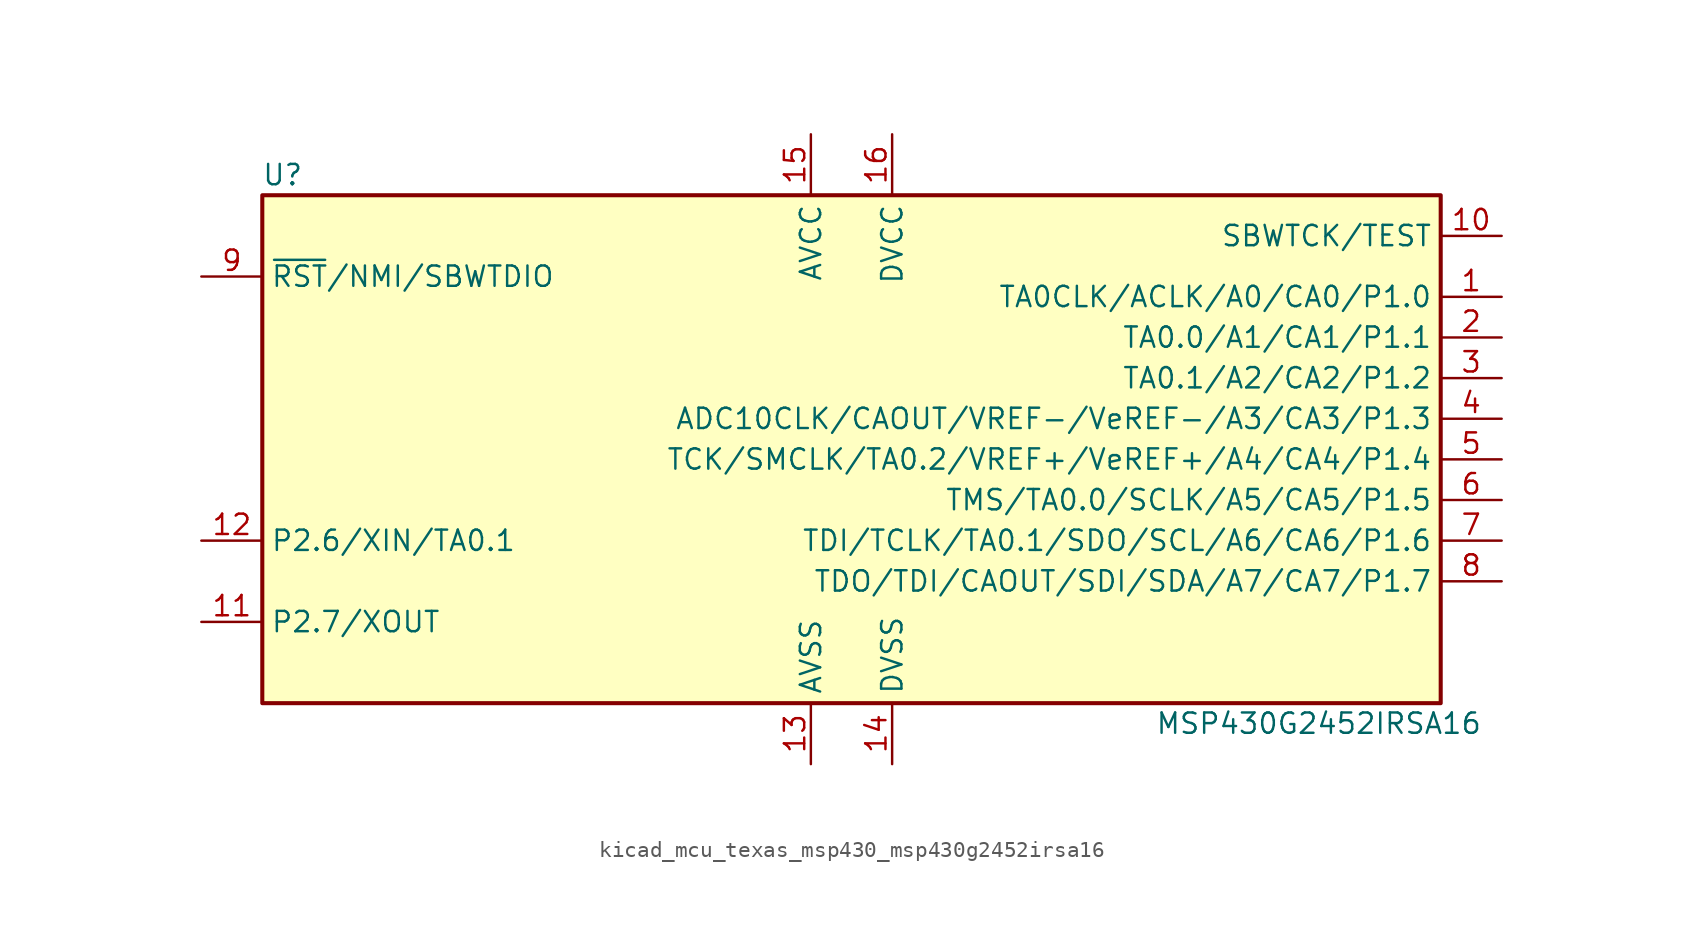
<source format=kicad_sym>
(kicad_symbol_lib
  (version 20220914)
  (generator kicad_symbol_editor)
  (symbol "kicad_mcu_texas_msp430_msp430g2452irsa16"
    (property "Reference" "U"
      (at -35.56 17.78 0)
      (effects (font (size 1.27 1.27))))
    (property "Value" "MSP430G2452IRSA16"
      (at 29.21 -16.51 0)
      (effects (font (size 1.27 1.27))))
    (symbol "kicad_mcu_texas_msp430_msp430g2452irsa16_0_1"
      (rectangle (start -36.83 16.51) (end 36.83 -15.24) (stroke (width 0.254) (type default)) (fill (type background))))
    (symbol "kicad_mcu_texas_msp430_msp430g2452irsa16_1_1"
      (pin bidirectional line (at 40.64 10.16 180) (length 3.81) (name "TA0CLK/ACLK/A0/CA0/P1.0" (effects (font (size 1.27 1.27)))) (number "1" (effects (font (size 1.27 1.27)))))
      (pin input line (at 40.64 13.97 180) (length 3.81) (name "SBWTCK/TEST" (effects (font (size 1.27 1.27)))) (number "10" (effects (font (size 1.27 1.27)))))
      (pin bidirectional line (at -40.64 -10.16 0) (length 3.81) (name "P2.7/XOUT" (effects (font (size 1.27 1.27)))) (number "11" (effects (font (size 1.27 1.27)))))
      (pin bidirectional line (at -40.64 -5.08 0) (length 3.81) (name "P2.6/XIN/TA0.1" (effects (font (size 1.27 1.27)))) (number "12" (effects (font (size 1.27 1.27)))))
      (pin power_in line (at -2.54 -19.05 90) (length 3.81) (name "AVSS" (effects (font (size 1.27 1.27)))) (number "13" (effects (font (size 1.27 1.27)))))
      (pin power_in line (at 2.54 -19.05 90) (length 3.81) (name "DVSS" (effects (font (size 1.27 1.27)))) (number "14" (effects (font (size 1.27 1.27)))))
      (pin power_in line (at -2.54 20.32 270) (length 3.81) (name "AVCC" (effects (font (size 1.27 1.27)))) (number "15" (effects (font (size 1.27 1.27)))))
      (pin power_in line (at 2.54 20.32 270) (length 3.81) (name "DVCC" (effects (font (size 1.27 1.27)))) (number "16" (effects (font (size 1.27 1.27)))))
      (pin bidirectional line (at 40.64 7.62 180) (length 3.81) (name "TA0.0/A1/CA1/P1.1" (effects (font (size 1.27 1.27)))) (number "2" (effects (font (size 1.27 1.27)))))
      (pin bidirectional line (at 40.64 5.08 180) (length 3.81) (name "TA0.1/A2/CA2/P1.2" (effects (font (size 1.27 1.27)))) (number "3" (effects (font (size 1.27 1.27)))))
      (pin bidirectional line (at 40.64 2.54 180) (length 3.81) (name "ADC10CLK/CAOUT/VREF-/VeREF-/A3/CA3/P1.3" (effects (font (size 1.27 1.27)))) (number "4" (effects (font (size 1.27 1.27)))))
      (pin bidirectional line (at 40.64 0 180) (length 3.81) (name "TCK/SMCLK/TA0.2/VREF+/VeREF+/A4/CA4/P1.4" (effects (font (size 1.27 1.27)))) (number "5" (effects (font (size 1.27 1.27)))))
      (pin bidirectional line (at 40.64 -2.54 180) (length 3.81) (name "TMS/TA0.0/SCLK/A5/CA5/P1.5" (effects (font (size 1.27 1.27)))) (number "6" (effects (font (size 1.27 1.27)))))
      (pin bidirectional line (at 40.64 -5.08 180) (length 3.81) (name "TDI/TCLK/TA0.1/SDO/SCL/A6/CA6/P1.6" (effects (font (size 1.27 1.27)))) (number "7" (effects (font (size 1.27 1.27)))))
      (pin bidirectional line (at 40.64 -7.62 180) (length 3.81) (name "TDO/TDI/CAOUT/SDI/SDA/A7/CA7/P1.7" (effects (font (size 1.27 1.27)))) (number "8" (effects (font (size 1.27 1.27)))))
      (pin input line (at -40.64 11.43 0) (length 3.81) (name "~{RST}/NMI/SBWTDIO" (effects (font (size 1.27 1.27)))) (number "9" (effects (font (size 1.27 1.27))))))))
</source>
